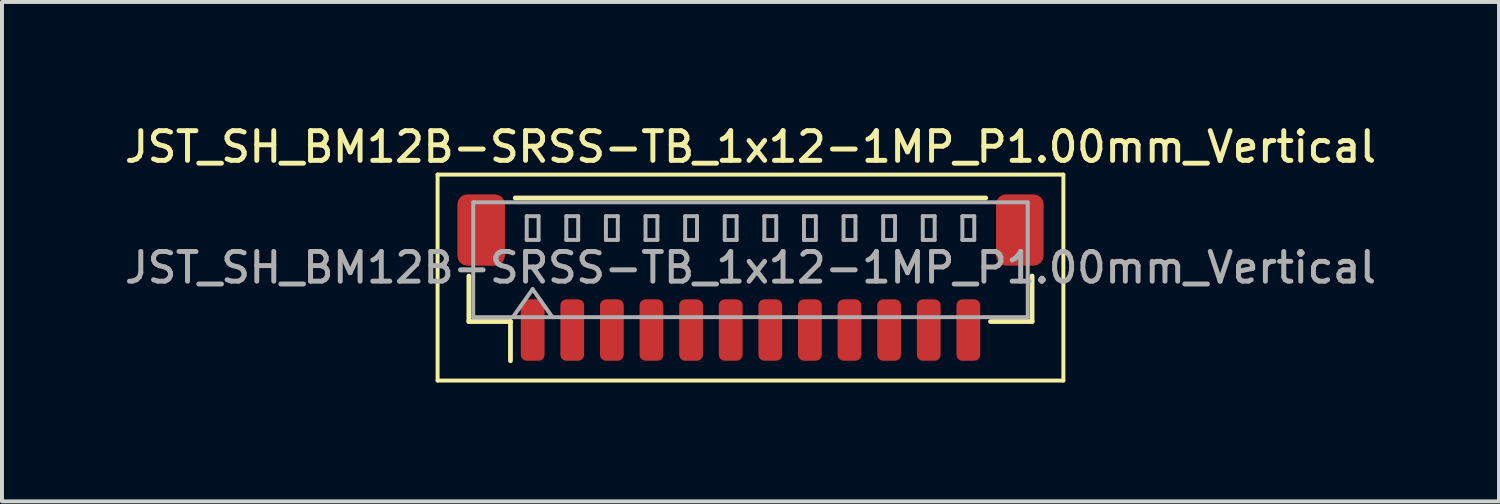
<source format=kicad_pcb>
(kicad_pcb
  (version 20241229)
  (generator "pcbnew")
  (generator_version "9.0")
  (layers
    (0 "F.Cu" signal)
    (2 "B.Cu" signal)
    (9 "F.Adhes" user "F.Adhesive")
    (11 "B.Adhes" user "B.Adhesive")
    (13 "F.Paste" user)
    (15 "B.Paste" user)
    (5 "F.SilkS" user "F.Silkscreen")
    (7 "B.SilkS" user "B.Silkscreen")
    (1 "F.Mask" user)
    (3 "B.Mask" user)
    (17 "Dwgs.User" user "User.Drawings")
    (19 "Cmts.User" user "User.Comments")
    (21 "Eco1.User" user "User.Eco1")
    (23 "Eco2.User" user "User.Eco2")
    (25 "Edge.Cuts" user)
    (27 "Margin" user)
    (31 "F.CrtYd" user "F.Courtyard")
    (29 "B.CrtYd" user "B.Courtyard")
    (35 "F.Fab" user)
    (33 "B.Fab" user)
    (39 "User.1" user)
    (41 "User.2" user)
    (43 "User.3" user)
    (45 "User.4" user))
  (footprint "JST_SH_BM12B-SRSS-TB_1x12-1MP_P1.00mm_Vertical"
    (layer "F.Cu")
    (at 15.898 3.958)
    (property "Reference" "JST_SH_BM12B-SRSS-TB_1x12-1MP_P1.00mm_Vertical" (at 0 -3.3 0) (layer "F.SilkS") (effects (font (size 0.75 0.75) (thickness 0.125))))
    (attr smd)
    (fp_line (start -7.9 -2.6) (end -7.9 2.6) (stroke (width 0.1) (type solid)) (layer "F.SilkS"))
    (fp_line (start -7.9 2.6) (end 7.9 2.6) (stroke (width 0.1) (type solid)) (layer "F.SilkS"))
    (fp_line (start -7.11 -0.04) (end -7.11 1.11) (stroke (width 0.12) (type solid)) (layer "F.SilkS"))
    (fp_line (start -7.11 1.11) (end -6.06 1.11) (stroke (width 0.12) (type solid)) (layer "F.SilkS"))
    (fp_line (start -6.06 1.11) (end -6.06 2.1) (stroke (width 0.12) (type solid)) (layer "F.SilkS"))
    (fp_line (start -5.94 -2.01) (end 5.94 -2.01) (stroke (width 0.12) (type solid)) (layer "F.SilkS"))
    (fp_line (start 7.11 -0.04) (end 7.11 1.11) (stroke (width 0.12) (type solid)) (layer "F.SilkS"))
    (fp_line (start 7.11 1.11) (end 6.06 1.11) (stroke (width 0.12) (type solid)) (layer "F.SilkS"))
    (fp_line (start 7.9 -2.6) (end -7.9 -2.6) (stroke (width 0.1) (type solid)) (layer "F.SilkS"))
    (fp_line (start 7.9 2.6) (end 7.9 -2.6) (stroke (width 0.1) (type solid)) (layer "F.SilkS"))
    (fp_line (start -7 -1.9) (end 7 -1.9) (stroke (width 0.1) (type solid)) (layer "F.Fab"))
    (fp_line (start -7 1) (end -7 -1.9) (stroke (width 0.1) (type solid)) (layer "F.Fab"))
    (fp_line (start -7 1) (end 7 1) (stroke (width 0.1) (type solid)) (layer "F.Fab"))
    (fp_line (start -6 1) (end -5.5 0.293) (stroke (width 0.1) (type solid)) (layer "F.Fab"))
    (fp_line (start -5.65 -1.55) (end -5.65 -0.95) (stroke (width 0.1) (type solid)) (layer "F.Fab"))
    (fp_line (start -5.65 -0.95) (end -5.35 -0.95) (stroke (width 0.1) (type solid)) (layer "F.Fab"))
    (fp_line (start -5.5 0.293) (end -5 1) (stroke (width 0.1) (type solid)) (layer "F.Fab"))
    (fp_line (start -5.35 -1.55) (end -5.65 -1.55) (stroke (width 0.1) (type solid)) (layer "F.Fab"))
    (fp_line (start -5.35 -0.95) (end -5.35 -1.55) (stroke (width 0.1) (type solid)) (layer "F.Fab"))
    (fp_line (start -4.65 -1.55) (end -4.65 -0.95) (stroke (width 0.1) (type solid)) (layer "F.Fab"))
    (fp_line (start -4.65 -0.95) (end -4.35 -0.95) (stroke (width 0.1) (type solid)) (layer "F.Fab"))
    (fp_line (start -4.35 -1.55) (end -4.65 -1.55) (stroke (width 0.1) (type solid)) (layer "F.Fab"))
    (fp_line (start -4.35 -0.95) (end -4.35 -1.55) (stroke (width 0.1) (type solid)) (layer "F.Fab"))
    (fp_line (start -3.65 -1.55) (end -3.65 -0.95) (stroke (width 0.1) (type solid)) (layer "F.Fab"))
    (fp_line (start -3.65 -0.95) (end -3.35 -0.95) (stroke (width 0.1) (type solid)) (layer "F.Fab"))
    (fp_line (start -3.35 -1.55) (end -3.65 -1.55) (stroke (width 0.1) (type solid)) (layer "F.Fab"))
    (fp_line (start -3.35 -0.95) (end -3.35 -1.55) (stroke (width 0.1) (type solid)) (layer "F.Fab"))
    (fp_line (start -2.65 -1.55) (end -2.65 -0.95) (stroke (width 0.1) (type solid)) (layer "F.Fab"))
    (fp_line (start -2.65 -0.95) (end -2.35 -0.95) (stroke (width 0.1) (type solid)) (layer "F.Fab"))
    (fp_line (start -2.35 -1.55) (end -2.65 -1.55) (stroke (width 0.1) (type solid)) (layer "F.Fab"))
    (fp_line (start -2.35 -0.95) (end -2.35 -1.55) (stroke (width 0.1) (type solid)) (layer "F.Fab"))
    (fp_line (start -1.65 -1.55) (end -1.65 -0.95) (stroke (width 0.1) (type solid)) (layer "F.Fab"))
    (fp_line (start -1.65 -0.95) (end -1.35 -0.95) (stroke (width 0.1) (type solid)) (layer "F.Fab"))
    (fp_line (start -1.35 -1.55) (end -1.65 -1.55) (stroke (width 0.1) (type solid)) (layer "F.Fab"))
    (fp_line (start -1.35 -0.95) (end -1.35 -1.55) (stroke (width 0.1) (type solid)) (layer "F.Fab"))
    (fp_line (start -0.65 -1.55) (end -0.65 -0.95) (stroke (width 0.1) (type solid)) (layer "F.Fab"))
    (fp_line (start -0.65 -0.95) (end -0.35 -0.95) (stroke (width 0.1) (type solid)) (layer "F.Fab"))
    (fp_line (start -0.35 -1.55) (end -0.65 -1.55) (stroke (width 0.1) (type solid)) (layer "F.Fab"))
    (fp_line (start -0.35 -0.95) (end -0.35 -1.55) (stroke (width 0.1) (type solid)) (layer "F.Fab"))
    (fp_line (start 0.35 -1.55) (end 0.35 -0.95) (stroke (width 0.1) (type solid)) (layer "F.Fab"))
    (fp_line (start 0.35 -0.95) (end 0.65 -0.95) (stroke (width 0.1) (type solid)) (layer "F.Fab"))
    (fp_line (start 0.65 -1.55) (end 0.35 -1.55) (stroke (width 0.1) (type solid)) (layer "F.Fab"))
    (fp_line (start 0.65 -0.95) (end 0.65 -1.55) (stroke (width 0.1) (type solid)) (layer "F.Fab"))
    (fp_line (start 1.35 -1.55) (end 1.35 -0.95) (stroke (width 0.1) (type solid)) (layer "F.Fab"))
    (fp_line (start 1.35 -0.95) (end 1.65 -0.95) (stroke (width 0.1) (type solid)) (layer "F.Fab"))
    (fp_line (start 1.65 -1.55) (end 1.35 -1.55) (stroke (width 0.1) (type solid)) (layer "F.Fab"))
    (fp_line (start 1.65 -0.95) (end 1.65 -1.55) (stroke (width 0.1) (type solid)) (layer "F.Fab"))
    (fp_line (start 2.35 -1.55) (end 2.35 -0.95) (stroke (width 0.1) (type solid)) (layer "F.Fab"))
    (fp_line (start 2.35 -0.95) (end 2.65 -0.95) (stroke (width 0.1) (type solid)) (layer "F.Fab"))
    (fp_line (start 2.65 -1.55) (end 2.35 -1.55) (stroke (width 0.1) (type solid)) (layer "F.Fab"))
    (fp_line (start 2.65 -0.95) (end 2.65 -1.55) (stroke (width 0.1) (type solid)) (layer "F.Fab"))
    (fp_line (start 3.35 -1.55) (end 3.35 -0.95) (stroke (width 0.1) (type solid)) (layer "F.Fab"))
    (fp_line (start 3.35 -0.95) (end 3.65 -0.95) (stroke (width 0.1) (type solid)) (layer "F.Fab"))
    (fp_line (start 3.65 -1.55) (end 3.35 -1.55) (stroke (width 0.1) (type solid)) (layer "F.Fab"))
    (fp_line (start 3.65 -0.95) (end 3.65 -1.55) (stroke (width 0.1) (type solid)) (layer "F.Fab"))
    (fp_line (start 4.35 -1.55) (end 4.35 -0.95) (stroke (width 0.1) (type solid)) (layer "F.Fab"))
    (fp_line (start 4.35 -0.95) (end 4.65 -0.95) (stroke (width 0.1) (type solid)) (layer "F.Fab"))
    (fp_line (start 4.65 -1.55) (end 4.35 -1.55) (stroke (width 0.1) (type solid)) (layer "F.Fab"))
    (fp_line (start 4.65 -0.95) (end 4.65 -1.55) (stroke (width 0.1) (type solid)) (layer "F.Fab"))
    (fp_line (start 5.35 -1.55) (end 5.35 -0.95) (stroke (width 0.1) (type solid)) (layer "F.Fab"))
    (fp_line (start 5.35 -0.95) (end 5.65 -0.95) (stroke (width 0.1) (type solid)) (layer "F.Fab"))
    (fp_line (start 5.65 -1.55) (end 5.35 -1.55) (stroke (width 0.1) (type solid)) (layer "F.Fab"))
    (fp_line (start 5.65 -0.95) (end 5.65 -1.55) (stroke (width 0.1) (type solid)) (layer "F.Fab"))
    (fp_line (start 7 1) (end 7 -1.9) (stroke (width 0.1) (type solid)) (layer "F.Fab"))
    (fp_text user "${REFERENCE}" (at 0 -0.25 0) (layer "F.Fab") (effects (font (size 0.75 0.75) (thickness 0.125))))
    (pad "1" smd roundrect (at -5.5 1.325) (size 0.6 1.55) (layers "F.Cu" "F.Mask" "F.Paste") (roundrect_rratio 0.25))
    (pad "2" smd roundrect (at -4.5 1.325) (size 0.6 1.55) (layers "F.Cu" "F.Mask" "F.Paste") (roundrect_rratio 0.25))
    (pad "3" smd roundrect (at -3.5 1.325) (size 0.6 1.55) (layers "F.Cu" "F.Mask" "F.Paste") (roundrect_rratio 0.25))
    (pad "4" smd roundrect (at -2.5 1.325) (size 0.6 1.55) (layers "F.Cu" "F.Mask" "F.Paste") (roundrect_rratio 0.25))
    (pad "5" smd roundrect (at -1.5 1.325) (size 0.6 1.55) (layers "F.Cu" "F.Mask" "F.Paste") (roundrect_rratio 0.25))
    (pad "6" smd roundrect (at -0.5 1.325) (size 0.6 1.55) (layers "F.Cu" "F.Mask" "F.Paste") (roundrect_rratio 0.25))
    (pad "7" smd roundrect (at 0.5 1.325) (size 0.6 1.55) (layers "F.Cu" "F.Mask" "F.Paste") (roundrect_rratio 0.25))
    (pad "8" smd roundrect (at 1.5 1.325) (size 0.6 1.55) (layers "F.Cu" "F.Mask" "F.Paste") (roundrect_rratio 0.25))
    (pad "9" smd roundrect (at 2.5 1.325) (size 0.6 1.55) (layers "F.Cu" "F.Mask" "F.Paste") (roundrect_rratio 0.25))
    (pad "10" smd roundrect (at 3.5 1.325) (size 0.6 1.55) (layers "F.Cu" "F.Mask" "F.Paste") (roundrect_rratio 0.25))
    (pad "11" smd roundrect (at 4.5 1.325) (size 0.6 1.55) (layers "F.Cu" "F.Mask" "F.Paste") (roundrect_rratio 0.25))
    (pad "12" smd roundrect (at 5.5 1.325) (size 0.6 1.55) (layers "F.Cu" "F.Mask" "F.Paste") (roundrect_rratio 0.25))
    (pad "MP" smd roundrect (at -6.8 -1.2) (size 1.2 1.8) (layers "F.Cu" "F.Mask" "F.Paste") (roundrect_rratio 0.208))
    (pad "MP" smd roundrect (at 6.8 -1.2) (size 1.2 1.8) (layers "F.Cu" "F.Mask" "F.Paste") (roundrect_rratio 0.208)))
  (gr_rect
    (start -3 -3)
    (end 34.796 9.608)
    (stroke (width 0.1) (type default))
    (fill no)
    (layer "Edge.Cuts")))
</source>
